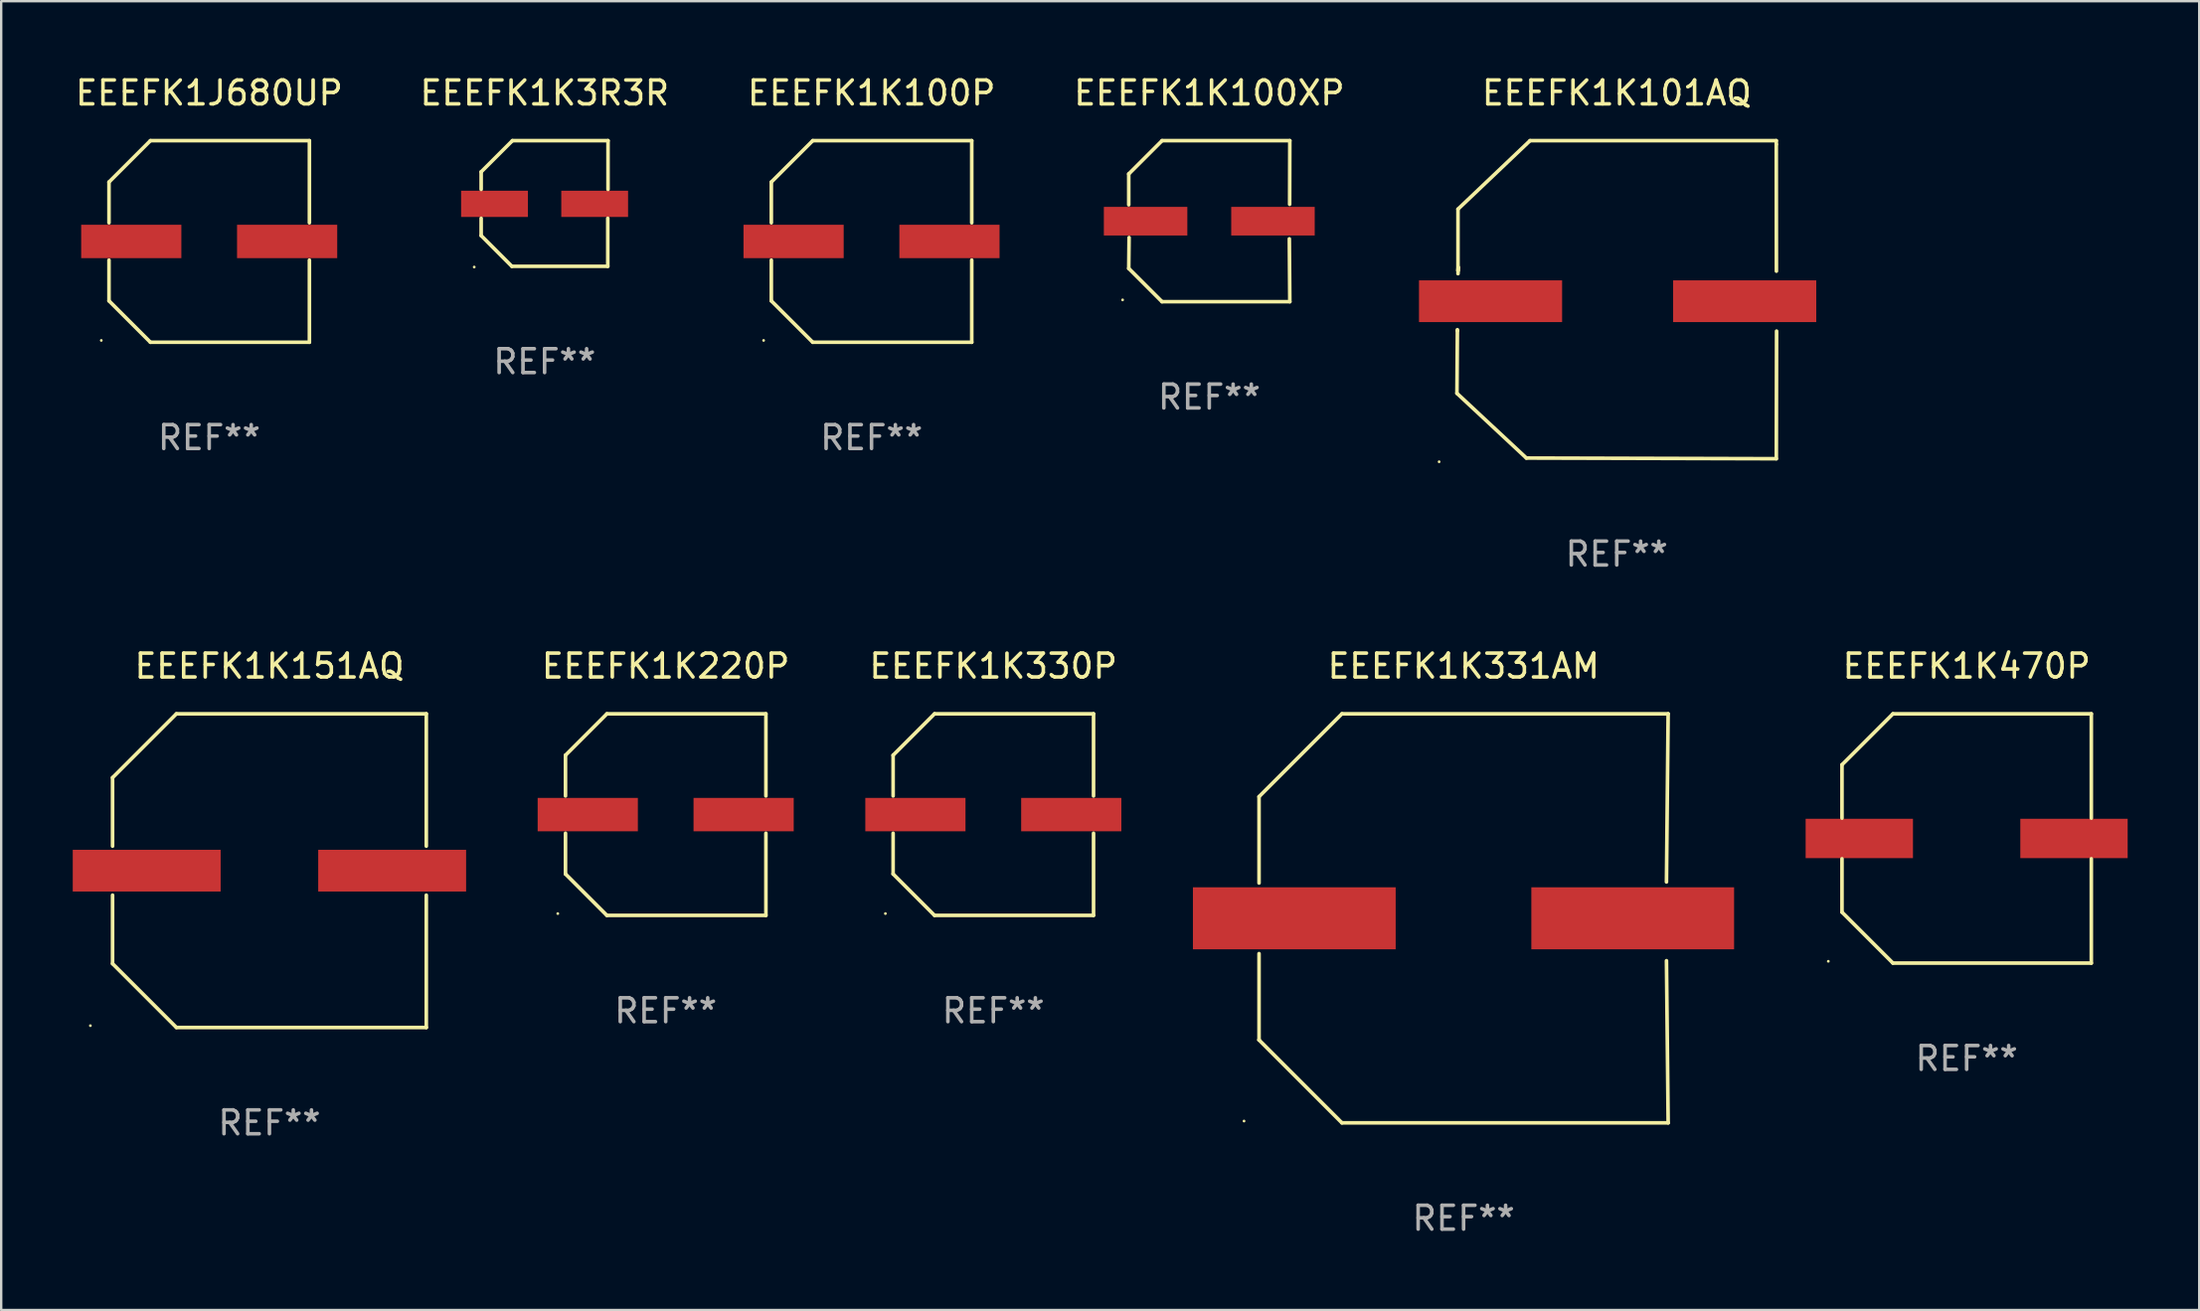
<source format=kicad_pcb>
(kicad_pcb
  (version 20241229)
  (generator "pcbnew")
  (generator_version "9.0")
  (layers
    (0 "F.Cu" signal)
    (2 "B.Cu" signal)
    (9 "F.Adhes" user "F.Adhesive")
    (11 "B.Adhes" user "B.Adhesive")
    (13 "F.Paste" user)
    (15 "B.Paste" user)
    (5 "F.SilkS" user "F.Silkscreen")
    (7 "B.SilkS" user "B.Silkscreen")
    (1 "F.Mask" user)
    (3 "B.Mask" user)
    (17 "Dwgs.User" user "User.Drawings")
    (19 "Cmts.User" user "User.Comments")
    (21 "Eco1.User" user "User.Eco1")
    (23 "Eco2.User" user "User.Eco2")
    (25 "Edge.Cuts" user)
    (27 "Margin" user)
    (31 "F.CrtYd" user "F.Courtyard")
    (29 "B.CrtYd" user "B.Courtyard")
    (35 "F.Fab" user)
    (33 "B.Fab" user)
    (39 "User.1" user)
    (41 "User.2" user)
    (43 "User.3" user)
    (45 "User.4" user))
  (footprint "EEEFK1K330P"
    (layer "F.Cu")
    (at 38.592 31.106)
    (property "Reference" "EEEFK1K330P" (at 0 -6.226 0) (layer "F.SilkS") (effects (font (size 1 1) (thickness 0.15))))
    (attr through_hole)
    (fp_line (start -4.201 -2.49) (end -4.201 -0.782) (stroke (width 0.152) (type solid)) (layer "F.SilkS"))
    (fp_line (start -4.201 2.49) (end -4.201 0.782) (stroke (width 0.152) (type solid)) (layer "F.SilkS"))
    (fp_line (start -2.465 -4.226) (end -4.201 -2.49) (stroke (width 0.152) (type solid)) (layer "F.SilkS"))
    (fp_line (start -2.465 4.226) (end -4.201 2.49) (stroke (width 0.152) (type solid)) (layer "F.SilkS"))
    (fp_line (start 4.201 -4.226) (end -2.465 -4.226) (stroke (width 0.152) (type solid)) (layer "F.SilkS"))
    (fp_line (start 4.201 -0.782) (end 4.201 -4.226) (stroke (width 0.152) (type solid)) (layer "F.SilkS"))
    (fp_line (start 4.201 0.782) (end 4.201 4.226) (stroke (width 0.152) (type solid)) (layer "F.SilkS"))
    (fp_line (start 4.201 4.226) (end -2.465 4.226) (stroke (width 0.152) (type solid)) (layer "F.SilkS"))
    (fp_circle (center -4.524 4.15) (end -4.494 4.15) (stroke (width 0.06) (type solid)) (fill no) (layer "F.SilkS"))
    (fp_text user "REF**" (at 0 8.226 0) (layer "F.Fab") (effects (font (size 1 1) (thickness 0.15))))
    (pad "1" smd rect (at -3.267 0) (size 4.2 1.4) (layers "F.Cu" "F.Mask" "F.Paste"))
    (pad "2" smd rect (at 3.267 0) (size 4.2 1.4) (layers "F.Cu" "F.Mask" "F.Paste")))
  (footprint "EEEFK1K331AM"
    (layer "F.Cu")
    (at 58.306 35.455)
    (property "Reference" "EEEFK1K331AM" (at 0 -10.576 0) (layer "F.SilkS") (effects (font (size 1 1) (thickness 0.15))))
    (attr through_hole)
    (fp_line (start -8.575 -5.101) (end -8.575 -1.481) (stroke (width 0.152) (type solid)) (layer "F.SilkS"))
    (fp_line (start -8.575 1.48) (end -8.575 5.098) (stroke (width 0.152) (type solid)) (layer "F.SilkS"))
    (fp_line (start -8.575 5.098) (end -8.576 5.099) (stroke (width 0.152) (type solid)) (layer "F.SilkS"))
    (fp_line (start -5.1 -8.576) (end -8.575 -5.101) (stroke (width 0.152) (type solid)) (layer "F.SilkS"))
    (fp_line (start -5.1 8.576) (end -8.576 5.099) (stroke (width 0.152) (type solid)) (layer "F.SilkS"))
    (fp_line (start 8.505 -1.525) (end 8.575 -8.576) (stroke (width 0.152) (type solid)) (layer "F.SilkS"))
    (fp_line (start 8.505 1.777) (end 8.576 8.576) (stroke (width 0.152) (type solid)) (layer "F.SilkS"))
    (fp_line (start 8.575 -8.576) (end -5.1 -8.576) (stroke (width 0.152) (type solid)) (layer "F.SilkS"))
    (fp_line (start 8.576 8.576) (end -5.1 8.576) (stroke (width 0.152) (type solid)) (layer "F.SilkS"))
    (fp_circle (center -9.204 8.5) (end -9.174 8.5) (stroke (width 0.06) (type solid)) (fill no) (layer "F.SilkS"))
    (fp_text user "REF**" (at 0 12.576 0) (layer "F.Fab") (effects (font (size 1 1) (thickness 0.15))))
    (pad "1" smd rect (at -7.097 -0.001) (size 8.5 2.6) (layers "F.Cu" "F.Mask" "F.Paste"))
    (pad "2" smd rect (at 7.09 -0.001) (size 8.5 2.6) (layers "F.Cu" "F.Mask" "F.Paste")))
  (footprint "EEEFK1K470P"
    (layer "F.Cu")
    (at 79.395 32.106)
    (property "Reference" "EEEFK1K470P" (at 0 -7.226 0) (layer "F.SilkS") (effects (font (size 1 1) (thickness 0.15))))
    (attr through_hole)
    (fp_line (start -5.226 -3.09) (end -5.226 -0.852) (stroke (width 0.152) (type solid)) (layer "F.SilkS"))
    (fp_line (start -5.226 3.09) (end -5.226 0.852) (stroke (width 0.152) (type solid)) (layer "F.SilkS"))
    (fp_line (start -3.09 -5.226) (end -5.226 -3.09) (stroke (width 0.152) (type solid)) (layer "F.SilkS"))
    (fp_line (start -3.09 5.226) (end -5.226 3.09) (stroke (width 0.152) (type solid)) (layer "F.SilkS"))
    (fp_line (start 5.226 -5.226) (end -3.09 -5.226) (stroke (width 0.152) (type solid)) (layer "F.SilkS"))
    (fp_line (start 5.226 -0.852) (end 5.226 -5.226) (stroke (width 0.152) (type solid)) (layer "F.SilkS"))
    (fp_line (start 5.226 0.852) (end 5.226 5.226) (stroke (width 0.152) (type solid)) (layer "F.SilkS"))
    (fp_line (start 5.226 5.226) (end -3.09 5.226) (stroke (width 0.152) (type solid)) (layer "F.SilkS"))
    (fp_circle (center -5.8 5.15) (end -5.77 5.15) (stroke (width 0.06) (type solid)) (fill no) (layer "F.SilkS"))
    (fp_text user "REF**" (at 0 9.226 0) (layer "F.Fab") (effects (font (size 1 1) (thickness 0.15))))
    (pad "1" smd rect (at -4.5 0) (size 4.5 1.65) (layers "F.Cu" "F.Mask" "F.Paste"))
    (pad "2" smd rect (at 4.5 0) (size 4.5 1.65) (layers "F.Cu" "F.Mask" "F.Paste")))
  (footprint "EEEFK1K151AQ"
    (layer "F.Cu")
    (at 8.245 33.456)
    (property "Reference" "EEEFK1K151AQ" (at 0 -8.576 0) (layer "F.SilkS") (effects (font (size 1 1) (thickness 0.15))))
    (attr through_hole)
    (fp_line (start -6.576 -3.9) (end -6.576 -1.027) (stroke (width 0.152) (type solid)) (layer "F.SilkS"))
    (fp_line (start -6.576 3.9) (end -6.576 1.027) (stroke (width 0.152) (type solid)) (layer "F.SilkS"))
    (fp_line (start -3.9 -6.576) (end -6.576 -3.9) (stroke (width 0.152) (type solid)) (layer "F.SilkS"))
    (fp_line (start -3.9 6.576) (end -6.576 3.9) (stroke (width 0.152) (type solid)) (layer "F.SilkS"))
    (fp_line (start 6.576 -6.576) (end -3.9 -6.576) (stroke (width 0.152) (type solid)) (layer "F.SilkS"))
    (fp_line (start 6.576 -1.027) (end 6.576 -6.576) (stroke (width 0.152) (type solid)) (layer "F.SilkS"))
    (fp_line (start 6.576 1.027) (end 6.576 6.576) (stroke (width 0.152) (type solid)) (layer "F.SilkS"))
    (fp_line (start 6.576 6.576) (end -3.9 6.576) (stroke (width 0.152) (type solid)) (layer "F.SilkS"))
    (fp_circle (center -7.506 6.5) (end -7.476 6.5) (stroke (width 0.06) (type solid)) (fill no) (layer "F.SilkS"))
    (fp_text user "REF**" (at 0 10.576 0) (layer "F.Fab") (effects (font (size 1 1) (thickness 0.15))))
    (pad "1" smd rect (at -5.145 0) (size 6.2 1.75) (layers "F.Cu" "F.Mask" "F.Paste"))
    (pad "2" smd rect (at 5.145 0) (size 6.2 1.75) (layers "F.Cu" "F.Mask" "F.Paste")))
  (footprint "EEEFK1K100P"
    (layer "F.Cu")
    (at 33.486 7.074)
    (property "Reference" "EEEFK1K100P" (at 0 -6.226 0) (layer "F.SilkS") (effects (font (size 1 1) (thickness 0.15))))
    (attr through_hole)
    (fp_line (start -4.201 -2.49) (end -4.201 -0.782) (stroke (width 0.152) (type solid)) (layer "F.SilkS"))
    (fp_line (start -4.201 2.49) (end -4.201 0.782) (stroke (width 0.152) (type solid)) (layer "F.SilkS"))
    (fp_line (start -2.465 -4.226) (end -4.201 -2.49) (stroke (width 0.152) (type solid)) (layer "F.SilkS"))
    (fp_line (start -2.465 4.226) (end -4.201 2.49) (stroke (width 0.152) (type solid)) (layer "F.SilkS"))
    (fp_line (start 4.201 -4.226) (end -2.465 -4.226) (stroke (width 0.152) (type solid)) (layer "F.SilkS"))
    (fp_line (start 4.201 -0.782) (end 4.201 -4.226) (stroke (width 0.152) (type solid)) (layer "F.SilkS"))
    (fp_line (start 4.201 0.782) (end 4.201 4.226) (stroke (width 0.152) (type solid)) (layer "F.SilkS"))
    (fp_line (start 4.201 4.226) (end -2.465 4.226) (stroke (width 0.152) (type solid)) (layer "F.SilkS"))
    (fp_circle (center -4.524 4.15) (end -4.494 4.15) (stroke (width 0.06) (type solid)) (fill no) (layer "F.SilkS"))
    (fp_text user "REF**" (at 0 8.226 0) (layer "F.Fab") (effects (font (size 1 1) (thickness 0.15))))
    (pad "1" smd rect (at -3.267 0) (size 4.2 1.4) (layers "F.Cu" "F.Mask" "F.Paste"))
    (pad "2" smd rect (at 3.267 0) (size 4.2 1.4) (layers "F.Cu" "F.Mask" "F.Paste")))
  (footprint "EEEFK1K101AQ"
    (layer "F.Cu")
    (at 64.727 9.516)
    (property "Reference" "EEEFK1K101AQ" (at 0 -8.668 0) (layer "F.SilkS") (effects (font (size 1 1) (thickness 0.15))))
    (attr through_hole)
    (fp_line (start -6.7 3.925) (end -6.681 1.297) (stroke (width 0.152) (type solid)) (layer "F.SilkS"))
    (fp_line (start -6.681 1.297) (end -6.682 1.257) (stroke (width 0.152) (type solid)) (layer "F.SilkS"))
    (fp_line (start -6.656 -3.797) (end -6.656 -1.217) (stroke (width 0.152) (type solid)) (layer "F.SilkS"))
    (fp_line (start -6.656 -1.217) (end -6.646 -1.359) (stroke (width 0.152) (type solid)) (layer "F.SilkS"))
    (fp_line (start -6.646 -1.359) (end -6.655 -1.091) (stroke (width 0.152) (type solid)) (layer "F.SilkS"))
    (fp_line (start -3.788 6.64) (end -6.7 3.925) (stroke (width 0.152) (type solid)) (layer "F.SilkS"))
    (fp_line (start -3.636 -6.668) (end -6.656 -3.797) (stroke (width 0.152) (type solid)) (layer "F.SilkS"))
    (fp_line (start 6.687 -6.668) (end -3.636 -6.668) (stroke (width 0.152) (type solid)) (layer "F.SilkS"))
    (fp_line (start 6.687 -6.513) (end 6.687 -6.668) (stroke (width 0.152) (type solid)) (layer "F.SilkS"))
    (fp_line (start 6.689 6.668) (end -3.788 6.64) (stroke (width 0.152) (type solid)) (layer "F.SilkS"))
    (fp_line (start 6.693 -1.197) (end 6.687 -6.513) (stroke (width 0.152) (type solid)) (layer "F.SilkS"))
    (fp_line (start 6.7 1.317) (end 6.689 6.668) (stroke (width 0.152) (type solid)) (layer "F.SilkS"))
    (fp_circle (center -7.447 6.795) (end -7.417 6.795) (stroke (width 0.06) (type solid)) (fill no) (layer "F.SilkS"))
    (fp_text user "REF**" (at 0 10.668 0) (layer "F.Fab") (effects (font (size 1 1) (thickness 0.15))))
    (pad "1" smd rect (at -5.291 0.064) (size 6 1.75) (layers "F.Cu" "F.Mask" "F.Paste"))
    (pad "2" smd rect (at 5.363 0.064) (size 6 1.75) (layers "F.Cu" "F.Mask" "F.Paste")))
  (footprint "EEEFK1J680UP"
    (layer "F.Cu")
    (at 5.72 7.074)
    (property "Reference" "EEEFK1J680UP" (at 0 -6.226 0) (layer "F.SilkS") (effects (font (size 1 1) (thickness 0.15))))
    (attr through_hole)
    (fp_line (start -4.201 -2.49) (end -4.201 -0.782) (stroke (width 0.152) (type solid)) (layer "F.SilkS"))
    (fp_line (start -4.201 2.49) (end -4.201 0.782) (stroke (width 0.152) (type solid)) (layer "F.SilkS"))
    (fp_line (start -2.465 -4.226) (end -4.201 -2.49) (stroke (width 0.152) (type solid)) (layer "F.SilkS"))
    (fp_line (start -2.465 4.226) (end -4.201 2.49) (stroke (width 0.152) (type solid)) (layer "F.SilkS"))
    (fp_line (start 4.201 -4.226) (end -2.465 -4.226) (stroke (width 0.152) (type solid)) (layer "F.SilkS"))
    (fp_line (start 4.201 -0.782) (end 4.201 -4.226) (stroke (width 0.152) (type solid)) (layer "F.SilkS"))
    (fp_line (start 4.201 0.782) (end 4.201 4.226) (stroke (width 0.152) (type solid)) (layer "F.SilkS"))
    (fp_line (start 4.201 4.226) (end -2.465 4.226) (stroke (width 0.152) (type solid)) (layer "F.SilkS"))
    (fp_circle (center -4.524 4.15) (end -4.494 4.15) (stroke (width 0.06) (type solid)) (fill no) (layer "F.SilkS"))
    (fp_text user "REF**" (at 0 8.226 0) (layer "F.Fab") (effects (font (size 1 1) (thickness 0.15))))
    (pad "1" smd rect (at -3.267 0) (size 4.2 1.4) (layers "F.Cu" "F.Mask" "F.Paste"))
    (pad "2" smd rect (at 3.267 0) (size 4.2 1.4) (layers "F.Cu" "F.Mask" "F.Paste")))
  (footprint "EEEFK1K220P"
    (layer "F.Cu")
    (at 24.857 31.106)
    (property "Reference" "EEEFK1K220P" (at 0 -6.226 0) (layer "F.SilkS") (effects (font (size 1 1) (thickness 0.15))))
    (attr through_hole)
    (fp_line (start -4.201 -2.49) (end -4.201 -0.782) (stroke (width 0.152) (type solid)) (layer "F.SilkS"))
    (fp_line (start -4.201 2.49) (end -4.201 0.782) (stroke (width 0.152) (type solid)) (layer "F.SilkS"))
    (fp_line (start -2.465 -4.226) (end -4.201 -2.49) (stroke (width 0.152) (type solid)) (layer "F.SilkS"))
    (fp_line (start -2.465 4.226) (end -4.201 2.49) (stroke (width 0.152) (type solid)) (layer "F.SilkS"))
    (fp_line (start 4.201 -4.226) (end -2.465 -4.226) (stroke (width 0.152) (type solid)) (layer "F.SilkS"))
    (fp_line (start 4.201 -0.782) (end 4.201 -4.226) (stroke (width 0.152) (type solid)) (layer "F.SilkS"))
    (fp_line (start 4.201 0.782) (end 4.201 4.226) (stroke (width 0.152) (type solid)) (layer "F.SilkS"))
    (fp_line (start 4.201 4.226) (end -2.465 4.226) (stroke (width 0.152) (type solid)) (layer "F.SilkS"))
    (fp_circle (center -4.524 4.15) (end -4.494 4.15) (stroke (width 0.06) (type solid)) (fill no) (layer "F.SilkS"))
    (fp_text user "REF**" (at 0 8.226 0) (layer "F.Fab") (effects (font (size 1 1) (thickness 0.15))))
    (pad "1" smd rect (at -3.267 0) (size 4.2 1.4) (layers "F.Cu" "F.Mask" "F.Paste"))
    (pad "2" smd rect (at 3.267 0) (size 4.2 1.4) (layers "F.Cu" "F.Mask" "F.Paste")))
  (footprint "EEEFK1K3R3R"
    (layer "F.Cu")
    (at 19.78 5.482)
    (property "Reference" "EEEFK1K3R3R" (at 0 -4.634 0) (layer "F.SilkS") (effects (font (size 1 1) (thickness 0.15))))
    (attr through_hole)
    (fp_line (start -2.659 -1.326) (end -2.659 -0.592) (stroke (width 0.152) (type solid)) (layer "F.SilkS"))
    (fp_line (start -2.659 1.346) (end -2.659 0.622) (stroke (width 0.152) (type solid)) (layer "F.SilkS"))
    (fp_line (start -1.372 2.634) (end -2.659 1.346) (stroke (width 0.152) (type solid)) (layer "F.SilkS"))
    (fp_line (start -1.349 -2.634) (end -2.659 -1.326) (stroke (width 0.152) (type solid)) (layer "F.SilkS"))
    (fp_line (start 2.649 0.622) (end 2.649 2.634) (stroke (width 0.152) (type solid)) (layer "F.SilkS"))
    (fp_line (start 2.649 2.634) (end -1.372 2.634) (stroke (width 0.152) (type solid)) (layer "F.SilkS"))
    (fp_line (start 2.659 -2.634) (end -1.349 -2.634) (stroke (width 0.152) (type solid)) (layer "F.SilkS"))
    (fp_line (start 2.659 -0.592) (end 2.659 -2.634) (stroke (width 0.152) (type solid)) (layer "F.SilkS"))
    (fp_circle (center -2.95 2.665) (end -2.92 2.665) (stroke (width 0.06) (type solid)) (fill no) (layer "F.SilkS"))
    (fp_text user "REF**" (at 0 6.634 0) (layer "F.Fab") (effects (font (size 1 1) (thickness 0.15))))
    (pad "1" smd rect (at -2.1 0.015) (size 2.8 1.1) (layers "F.Cu" "F.Mask" "F.Paste"))
    (pad "2" smd rect (at 2.1 0.015) (size 2.8 1.1) (layers "F.Cu" "F.Mask" "F.Paste")))
  (footprint "EEEFK1K100XP"
    (layer "F.Cu")
    (at 47.645 6.224)
    (property "Reference" "EEEFK1K100XP" (at 0 -5.376 0) (layer "F.SilkS") (effects (font (size 1 1) (thickness 0.15))))
    (attr through_hole)
    (fp_line (start -3.376 -1.98) (end -3.376 -0.686) (stroke (width 0.152) (type solid)) (layer "F.SilkS"))
    (fp_line (start -3.376 1.981) (end -3.362 0.686) (stroke (width 0.152) (type solid)) (layer "F.SilkS"))
    (fp_line (start -1.981 3.376) (end -3.376 1.981) (stroke (width 0.152) (type solid)) (layer "F.SilkS"))
    (fp_line (start -1.98 -3.376) (end -3.376 -1.98) (stroke (width 0.152) (type solid)) (layer "F.SilkS"))
    (fp_line (start 3.356 0.74) (end 3.376 3.376) (stroke (width 0.152) (type solid)) (layer "F.SilkS"))
    (fp_line (start 3.369 -0.707) (end 3.376 -3.376) (stroke (width 0.152) (type solid)) (layer "F.SilkS"))
    (fp_line (start 3.376 3.376) (end -1.981 3.376) (stroke (width 0.152) (type solid)) (layer "F.SilkS"))
    (fp_line (start 3.376 -3.376) (end -1.98 -3.376) (stroke (width 0.152) (type solid)) (layer "F.SilkS"))
    (fp_circle (center -3.634 3.3) (end -3.604 3.3) (stroke (width 0.06) (type solid)) (fill no) (layer "F.SilkS"))
    (fp_text user "REF**" (at 0 7.376 0) (layer "F.Fab") (effects (font (size 1 1) (thickness 0.15))))
    (pad "1" smd rect (at -2.67 0.000254) (size 3.5 1.2) (layers "F.Cu" "F.Mask" "F.Paste"))
    (pad "2" smd rect (at 2.67 0.000254) (size 3.5 1.2) (layers "F.Cu" "F.Mask" "F.Paste")))
  (gr_rect
    (start -3 -3)
    (end 89.145 51.879)
    (stroke (width 0.1) (type default))
    (fill no)
    (layer "Edge.Cuts")))
</source>
